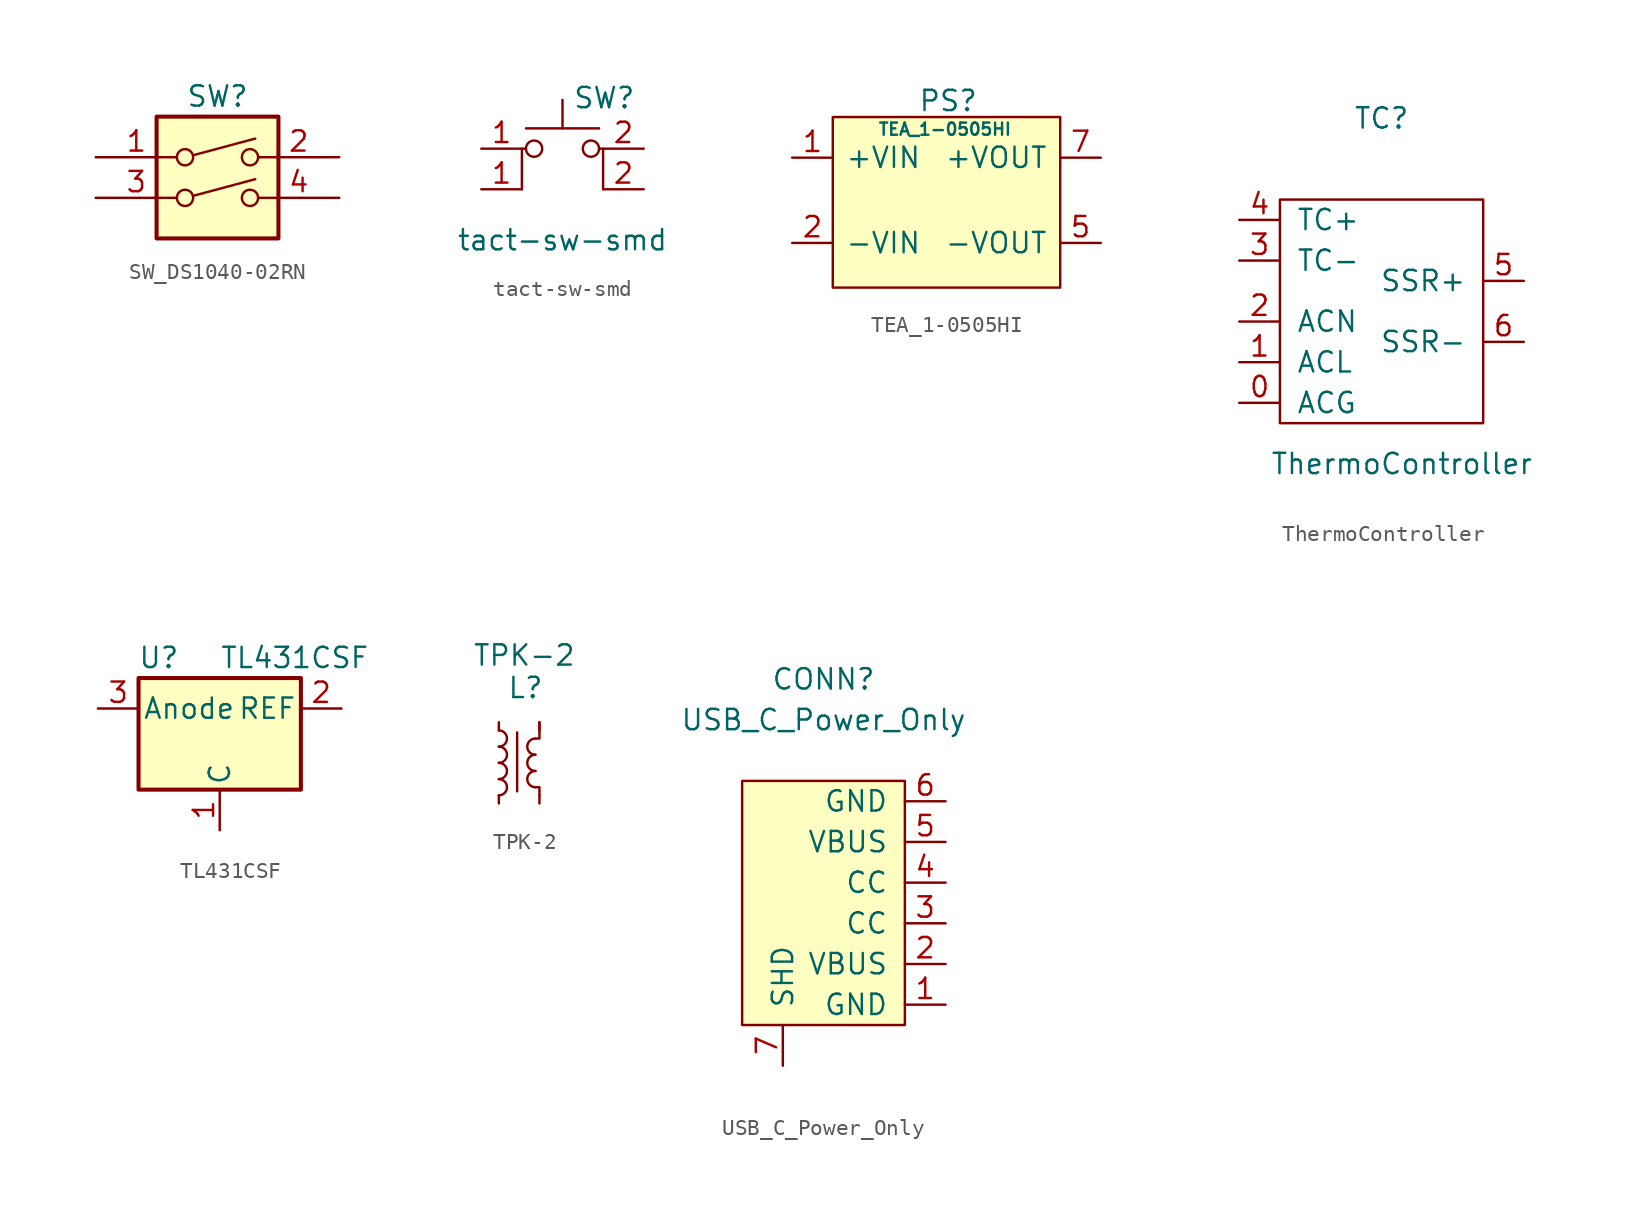
<source format=kicad_sym>
(kicad_symbol_lib
  (version 20211014)
  (generator kicad_symbol_editor)
  (symbol "SW_DS1040-02RN"
    (pin_names
      (offset 0) hide)
    (property "Reference" "SW"
      (at 0 6.35 0)
      (effects (font (size 1.27 1.27))))
    (symbol "SW_DS1040-02RN_0_0"
      (circle (center -2.032 0) (radius 0.508) (stroke (width 0) (type default) (color 0 0 0 0)) (fill (type none)))
      (circle (center -2.032 2.54) (radius 0.508) (stroke (width 0) (type default) (color 0 0 0 0)) (fill (type none)))
      (polyline (pts (xy -1.524 0.127) (xy 2.362 1.168)) (stroke (width 0) (type default) (color 0 0 0 0)) (fill (type none)))
      (polyline (pts (xy -1.524 2.667) (xy 2.362 3.708)) (stroke (width 0) (type default) (color 0 0 0 0)) (fill (type none)))
      (circle (center 2.032 0) (radius 0.508) (stroke (width 0) (type default) (color 0 0 0 0)) (fill (type none)))
      (circle (center 2.032 2.54) (radius 0.508) (stroke (width 0) (type default) (color 0 0 0 0)) (fill (type none))))
    (symbol "SW_DS1040-02RN_0_1"
      (rectangle (start -3.81 5.08) (end 3.81 -2.54) (stroke (width 0.254) (type default) (color 0 0 0 0)) (fill (type background))))
    (symbol "SW_DS1040-02RN_1_1"
      (pin passive line (at -7.62 2.54 0) (length 5.08) (name "~" (effects (font (size 1.27 1.27)))) (number "1" (effects (font (size 1.27 1.27)))))
      (pin passive line (at 7.62 2.54 180) (length 5.08) (name "~" (effects (font (size 1.27 1.27)))) (number "2" (effects (font (size 1.27 1.27)))))
      (pin passive line (at -7.62 0 0) (length 5.08) (name "~" (effects (font (size 1.27 1.27)))) (number "3" (effects (font (size 1.27 1.27)))))
      (pin passive line (at 7.62 0 180) (length 5.08) (name "~" (effects (font (size 1.27 1.27)))) (number "4" (effects (font (size 1.27 1.27)))))))
  (symbol "tact-sw-smd"
    (pin_names
      (offset 1.016) hide)
    (property "Reference" "SW"
      (at 0.635 5.715 0)
      (effects (font (size 1.27 1.27)) (justify left)))
    (property "Value" "tact-sw-smd"
      (at 0 -3.175 0)
      (effects (font (size 1.27 1.27))))
    (symbol "tact-sw-smd_0_1"
      (circle (center -1.778 2.54) (radius 0.508) (stroke (width 0) (type default) (color 0 0 0 0)) (fill (type none)))
      (polyline (pts (xy -2.286 3.81) (xy 2.286 3.81)) (stroke (width 0) (type default) (color 0 0 0 0)) (fill (type none)))
      (polyline (pts (xy 0 3.81) (xy 0 5.588)) (stroke (width 0) (type default) (color 0 0 0 0)) (fill (type none)))
      (polyline (pts (xy -2.54 0) (xy -2.54 2.54) (xy -2.286 2.54)) (stroke (width 0) (type default) (color 0 0 0 0)) (fill (type none)))
      (polyline (pts (xy 2.54 0) (xy 2.54 2.54) (xy 2.286 2.54)) (stroke (width 0) (type default) (color 0 0 0 0)) (fill (type none)))
      (circle (center 1.778 2.54) (radius 0.508) (stroke (width 0) (type default) (color 0 0 0 0)) (fill (type none)))
      (pin passive line (at -5.08 0 0) (length 2.54) (name "1" (effects (font (size 1.27 1.27)))) (number "1" (effects (font (size 1.27 1.27)))))
      (pin passive line (at -5.08 2.54 0) (length 2.54) (name "1" (effects (font (size 1.27 1.27)))) (number "1" (effects (font (size 1.27 1.27)))))
      (pin passive line (at 5.08 0 180) (length 2.54) (name "2" (effects (font (size 1.27 1.27)))) (number "2" (effects (font (size 1.27 1.27)))))
      (pin passive line (at 5.08 2.54 180) (length 2.54) (name "2" (effects (font (size 1.27 1.27)))) (number "2" (effects (font (size 1.27 1.27)))))))
  (symbol "TEA_1-0505HI"
    (pin_names
      (offset 0.762))
    (property "Reference" "PS"
      (at -1.778 6.096 0)
      (effects (font (size 1.27 1.27)) (justify left)))
    (property "Value" "TEA_1-0505HI"
      (at -4.318 4.318 0)
      (effects (font (size 0.762 0.762)) (justify left)))
    (symbol "TEA_1-0505HI_0_0"
      (pin passive line (at -9.652 2.54 0) (length 2.54) (name "+VIN" (effects (font (size 1.27 1.27)))) (number "1" (effects (font (size 1.27 1.27)))))
      (pin passive line (at -9.652 -2.794 0) (length 2.54) (name "-VIN" (effects (font (size 1.27 1.27)))) (number "2" (effects (font (size 1.27 1.27)))))
      (pin passive line (at 9.652 -2.794 180) (length 2.54) (name "-VOUT" (effects (font (size 1.27 1.27)))) (number "5" (effects (font (size 1.27 1.27)))))
      (pin passive line (at 9.652 2.54 180) (length 2.54) (name "+VOUT" (effects (font (size 1.27 1.27)))) (number "7" (effects (font (size 1.27 1.27))))))
    (symbol "TEA_1-0505HI_0_1"
      (polyline (pts (xy -7.112 5.08) (xy 7.112 5.08) (xy 7.112 -5.588) (xy -7.112 -5.588) (xy -7.112 5.08)) (stroke (width 0.152) (type default) (color 0 0 0 0)) (fill (type background)))))
  (symbol "ThermoController"
    (pin_names
      (offset 1.016))
    (property "Reference" "TC"
      (at 0 12.7 0)
      (effects (font (size 1.27 1.27))))
    (property "Value" "ThermoController"
      (at 1.27 -8.89 0)
      (effects (font (size 1.27 1.27))))
    (symbol "ThermoController_0_1"
      (rectangle (start -6.35 7.62) (end 6.35 -6.35) (stroke (width 0) (type default) (color 0 0 0 0)) (fill (type none))))
    (symbol "ThermoController_1_1"
      (pin power_in line (at -8.89 -5.08 0) (length 2.54) (name "ACG" (effects (font (size 1.27 1.27)))) (number "0" (effects (font (size 1.27 1.27)))))
      (pin power_in line (at -8.89 -2.54 0) (length 2.54) (name "ACL" (effects (font (size 1.27 1.27)))) (number "1" (effects (font (size 1.27 1.27)))))
      (pin power_in line (at -8.89 0 0) (length 2.54) (name "ACN" (effects (font (size 1.27 1.27)))) (number "2" (effects (font (size 1.27 1.27)))))
      (pin input line (at -8.89 3.81 0) (length 2.54) (name "TC-" (effects (font (size 1.27 1.27)))) (number "3" (effects (font (size 1.27 1.27)))))
      (pin input line (at -8.89 6.35 0) (length 2.54) (name "TC+" (effects (font (size 1.27 1.27)))) (number "4" (effects (font (size 1.27 1.27)))))
      (pin output line (at 8.89 2.54 180) (length 2.54) (name "SSR+" (effects (font (size 1.27 1.27)))) (number "5" (effects (font (size 1.27 1.27)))))
      (pin output line (at 8.89 -1.27 180) (length 2.54) (name "SSR-" (effects (font (size 1.27 1.27)))) (number "6" (effects (font (size 1.27 1.27)))))))
  (symbol "TL431CSF"
    (pin_names
      (offset 0.254))
    (property "Reference" "U"
      (at -3.81 3.175 0)
      (effects (font (size 1.27 1.27))))
    (property "Value" "TL431CSF"
      (at 0 3.175 0)
      (effects (font (size 1.27 1.27)) (justify left)))
    (symbol "TL431CSF_0_1"
      (rectangle (start -5.08 -5.08) (end 5.08 1.905) (stroke (width 0.254) (type default) (color 0 0 0 0)) (fill (type background))))
    (symbol "TL431CSF_1_1"
      (pin power_in line (at 0 -7.62 90) (length 2.54) (name "C" (effects (font (size 1.27 1.27)))) (number "1" (effects (font (size 1.27 1.27)))))
      (pin power_out line (at 7.62 0 180) (length 2.54) (name "REF" (effects (font (size 1.27 1.27)))) (number "2" (effects (font (size 1.27 1.27)))))
      (pin power_in line (at -7.62 0 0) (length 2.54) (name "Anode" (effects (font (size 1.27 1.27)))) (number "3" (effects (font (size 1.27 1.27)))))))
  (symbol "TPK-2"
    (pin_numbers hide)
    (pin_names
      (offset 0.254) hide)
    (property "Reference" "L"
      (at 0.508 4.699 0)
      (effects (font (size 1.27 1.27)) (justify left)))
    (property "Value" "TPK-2"
      (at -1.651 6.731 0)
      (effects (font (size 1.27 1.27)) (justify left)))
    (symbol "TPK-2_0_1"
      (arc (start 0 -2.032) (mid 0.508 -1.524) (end 0 -1.016) (stroke (width 0) (type default) (color 0 0 0 0)) (fill (type none)))
      (arc (start 0 -1.016) (mid 0.508 -0.508) (end 0 0) (stroke (width 0) (type default) (color 0 0 0 0)) (fill (type none)))
      (polyline (pts (xy 1.143 1.905) (xy 1.143 -1.778)) (stroke (width 0) (type default) (color 0 0 0 0)) (fill (type none)))
      (polyline (pts (xy 2.54 -2.032) (xy 2.54 -1.524) (xy 2.286 -1.524)) (stroke (width 0) (type default) (color 0 0 0 0)) (fill (type none)))
      (polyline (pts (xy 2.54 2.54) (xy 2.54 1.524) (xy 2.286 1.524) (xy 2.54 1.524) (xy 2.286 1.524)) (stroke (width 0) (type default) (color 0 0 0 0)) (fill (type none)))
      (arc (start 0 0) (mid 0.508 0.508) (end 0 1.016) (stroke (width 0) (type default) (color 0 0 0 0)) (fill (type none)))
      (arc (start 0 1.016) (mid 0.508 1.524) (end 0 2.032) (stroke (width 0) (type default) (color 0 0 0 0)) (fill (type none)))
      (arc (start 2.286 -0.508) (mid 1.778 -1.016) (end 2.286 -1.524) (stroke (width 0) (type default) (color 0 0 0 0)) (fill (type none)))
      (arc (start 2.286 0.508) (mid 1.778 0) (end 2.286 -0.508) (stroke (width 0) (type default) (color 0 0 0 0)) (fill (type none)))
      (arc (start 2.286 1.524) (mid 1.778 1.016) (end 2.286 0.508) (stroke (width 0) (type default) (color 0 0 0 0)) (fill (type none))))
    (symbol "TPK-2_1_1"
      (pin passive line (at 0 2.54 270) (length 0.508) (name "~" (effects (font (size 1.27 1.27)))) (number "1" (effects (font (size 1.27 1.27)))))
      (pin passive line (at 0 -2.54 90) (length 0.508) (name "~" (effects (font (size 1.27 1.27)))) (number "2" (effects (font (size 1.27 1.27)))))
      (pin passive line (at 2.54 -2.54 90) (length 0.508) (name "~" (effects (font (size 1.27 1.27)))) (number "3" (effects (font (size 1.27 1.27)))))
      (pin passive line (at 2.54 2.54 270) (length 0.508) (name "~" (effects (font (size 1.27 1.27)))) (number "4" (effects (font (size 1.27 1.27)))))))
  (symbol "USB_C_Power_Only"
    (pin_names
      (offset 1.016))
    (property "Reference" "CONN"
      (at 0 13.97 0)
      (effects (font (size 1.27 1.27))))
    (property "Value" "USB_C_Power_Only"
      (at 0 11.43 0)
      (effects (font (size 1.27 1.27))))
    (symbol "USB_C_Power_Only_0_1"
      (rectangle (start -5.08 7.62) (end 5.08 -7.62) (stroke (width 0) (type default) (color 0 0 0 0)) (fill (type background))))
    (symbol "USB_C_Power_Only_1_1"
      (pin power_in line (at 7.62 -6.35 180) (length 2.54) (name "GND" (effects (font (size 1.27 1.27)))) (number "1" (effects (font (size 1.27 1.27)))))
      (pin power_in line (at 7.62 -3.81 180) (length 2.54) (name "VBUS" (effects (font (size 1.27 1.27)))) (number "2" (effects (font (size 1.27 1.27)))))
      (pin input line (at 7.62 -1.27 180) (length 2.54) (name "CC" (effects (font (size 1.27 1.27)))) (number "3" (effects (font (size 1.27 1.27)))))
      (pin input line (at 7.62 1.27 180) (length 2.54) (name "CC" (effects (font (size 1.27 1.27)))) (number "4" (effects (font (size 1.27 1.27)))))
      (pin power_in line (at 7.62 3.81 180) (length 2.54) (name "VBUS" (effects (font (size 1.27 1.27)))) (number "5" (effects (font (size 1.27 1.27)))))
      (pin power_in line (at 7.62 6.35 180) (length 2.54) (name "GND" (effects (font (size 1.27 1.27)))) (number "6" (effects (font (size 1.27 1.27)))))
      (pin power_in line (at -2.54 -10.16 90) (length 2.54) (name "SHD" (effects (font (size 1.27 1.27)))) (number "7" (effects (font (size 1.27 1.27))))))))
</source>
